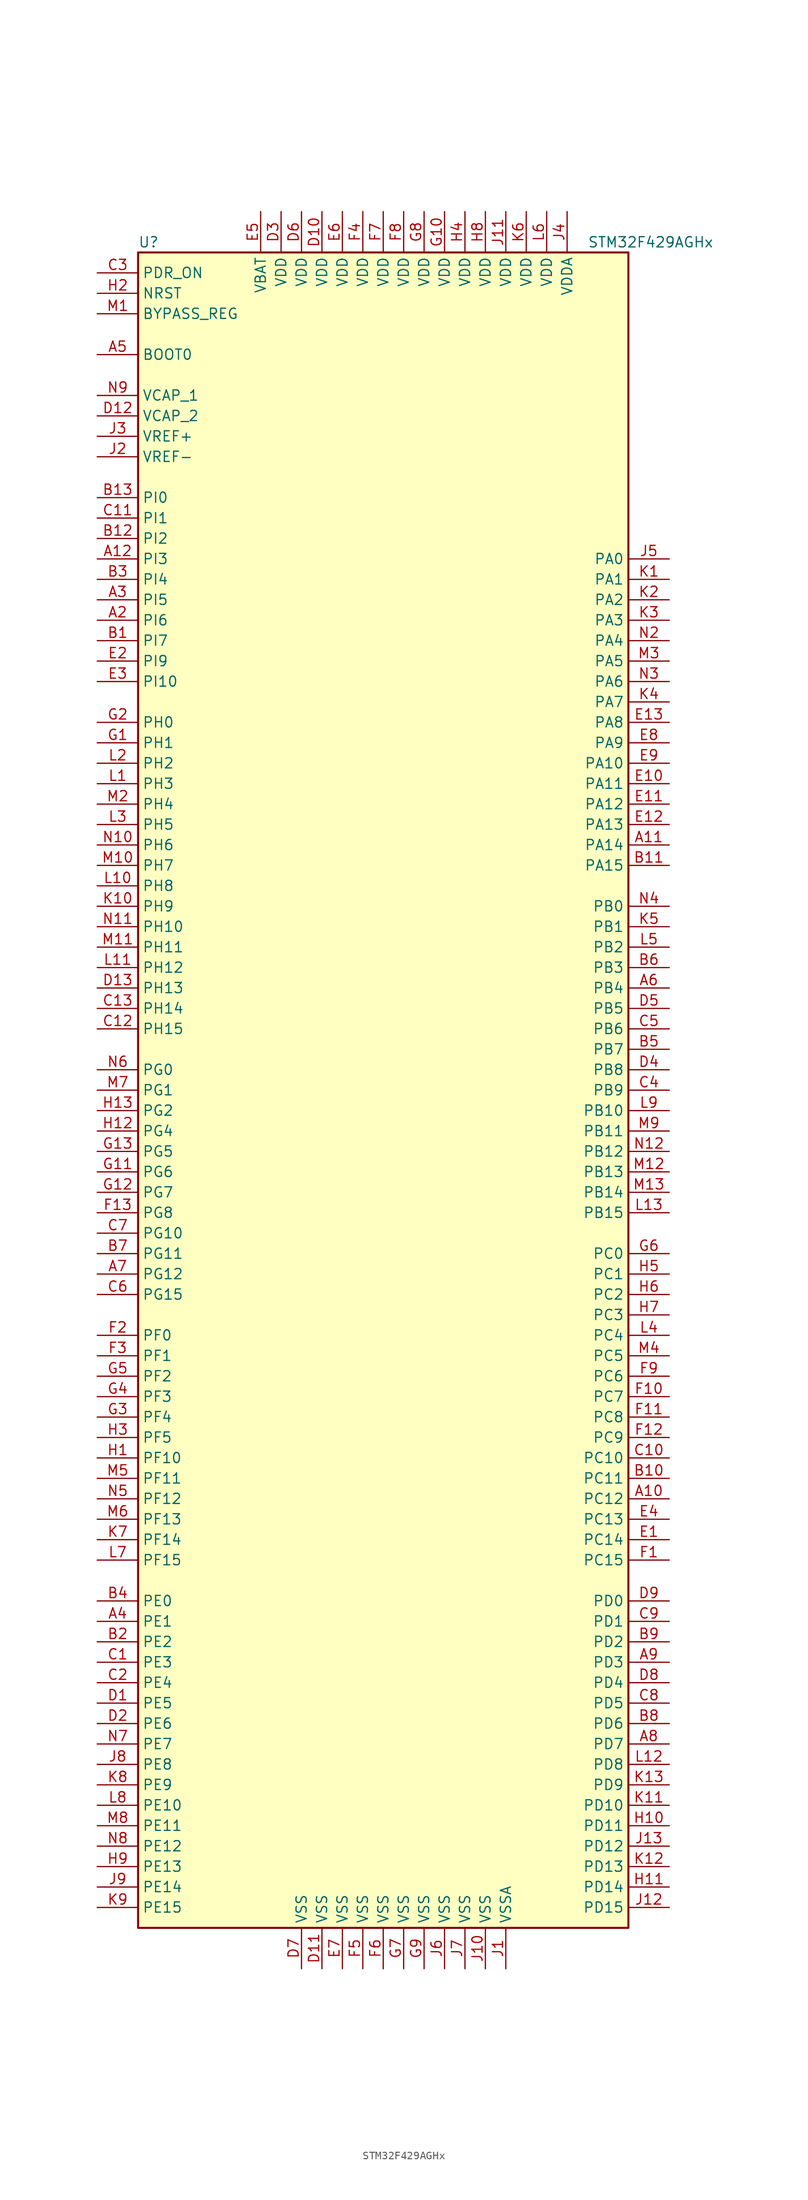
<source format=kicad_sym>
(kicad_symbol_lib
  (version 20201005)
  (generator kicad_symbol_editor)
  (symbol "STM32F429AGHx"
    (property "Reference" "U"
      (at -30.48 105.41 0)
      (effects (font (size 1.27 1.27)) (justify left)))
    (property "Value" "STM32F429AGHx"
      (at 25.4 105.41 0)
      (effects (font (size 1.27 1.27)) (justify left)))
    (symbol "STM32F429AGHx_0_1"
      (rectangle (start -30.48 -104.14) (end 30.48 104.14) (stroke (width 0.254)) (fill (type background))))
    (symbol "STM32F429AGHx_1_1"
      (pin no_connect line (at -30.48 -101.6 0) (length 5.08) hide (name "NC" (effects (font (size 1.27 1.27)))) (number "A1" (effects (font (size 1.27 1.27)))))
      (pin bidirectional line (at 35.56 -50.8 180) (length 5.08) (name "PC12" (effects (font (size 1.27 1.27)))) (number "A10" (effects (font (size 1.27 1.27)))))
      (pin bidirectional line (at 35.56 30.48 180) (length 5.08) (name "PA14" (effects (font (size 1.27 1.27)))) (number "A11" (effects (font (size 1.27 1.27)))))
      (pin bidirectional line (at -35.56 66.04 0) (length 5.08) (name "PI3" (effects (font (size 1.27 1.27)))) (number "A12" (effects (font (size 1.27 1.27)))))
      (pin no_connect line (at -30.48 -99.06 0) (length 5.08) hide (name "NC" (effects (font (size 1.27 1.27)))) (number "A13" (effects (font (size 1.27 1.27)))))
      (pin bidirectional line (at -35.56 58.42 0) (length 5.08) (name "PI6" (effects (font (size 1.27 1.27)))) (number "A2" (effects (font (size 1.27 1.27)))))
      (pin bidirectional line (at -35.56 60.96 0) (length 5.08) (name "PI5" (effects (font (size 1.27 1.27)))) (number "A3" (effects (font (size 1.27 1.27)))))
      (pin bidirectional line (at -35.56 -66.04 0) (length 5.08) (name "PE1" (effects (font (size 1.27 1.27)))) (number "A4" (effects (font (size 1.27 1.27)))))
      (pin input line (at -35.56 91.44 0) (length 5.08) (name "BOOT0" (effects (font (size 1.27 1.27)))) (number "A5" (effects (font (size 1.27 1.27)))))
      (pin bidirectional line (at 35.56 12.7 180) (length 5.08) (name "PB4" (effects (font (size 1.27 1.27)))) (number "A6" (effects (font (size 1.27 1.27)))))
      (pin bidirectional line (at -35.56 -22.86 0) (length 5.08) (name "PG12" (effects (font (size 1.27 1.27)))) (number "A7" (effects (font (size 1.27 1.27)))))
      (pin bidirectional line (at 35.56 -81.28 180) (length 5.08) (name "PD7" (effects (font (size 1.27 1.27)))) (number "A8" (effects (font (size 1.27 1.27)))))
      (pin bidirectional line (at 35.56 -71.12 180) (length 5.08) (name "PD3" (effects (font (size 1.27 1.27)))) (number "A9" (effects (font (size 1.27 1.27)))))
      (pin bidirectional line (at -35.56 55.88 0) (length 5.08) (name "PI7" (effects (font (size 1.27 1.27)))) (number "B1" (effects (font (size 1.27 1.27)))))
      (pin bidirectional line (at 35.56 -48.26 180) (length 5.08) (name "PC11" (effects (font (size 1.27 1.27)))) (number "B10" (effects (font (size 1.27 1.27)))))
      (pin bidirectional line (at 35.56 27.94 180) (length 5.08) (name "PA15" (effects (font (size 1.27 1.27)))) (number "B11" (effects (font (size 1.27 1.27)))))
      (pin bidirectional line (at -35.56 68.58 0) (length 5.08) (name "PI2" (effects (font (size 1.27 1.27)))) (number "B12" (effects (font (size 1.27 1.27)))))
      (pin bidirectional line (at -35.56 73.66 0) (length 5.08) (name "PI0" (effects (font (size 1.27 1.27)))) (number "B13" (effects (font (size 1.27 1.27)))))
      (pin bidirectional line (at -35.56 -68.58 0) (length 5.08) (name "PE2" (effects (font (size 1.27 1.27)))) (number "B2" (effects (font (size 1.27 1.27)))))
      (pin bidirectional line (at -35.56 63.5 0) (length 5.08) (name "PI4" (effects (font (size 1.27 1.27)))) (number "B3" (effects (font (size 1.27 1.27)))))
      (pin bidirectional line (at -35.56 -63.5 0) (length 5.08) (name "PE0" (effects (font (size 1.27 1.27)))) (number "B4" (effects (font (size 1.27 1.27)))))
      (pin bidirectional line (at 35.56 5.08 180) (length 5.08) (name "PB7" (effects (font (size 1.27 1.27)))) (number "B5" (effects (font (size 1.27 1.27)))))
      (pin bidirectional line (at 35.56 15.24 180) (length 5.08) (name "PB3" (effects (font (size 1.27 1.27)))) (number "B6" (effects (font (size 1.27 1.27)))))
      (pin bidirectional line (at -35.56 -20.32 0) (length 5.08) (name "PG11" (effects (font (size 1.27 1.27)))) (number "B7" (effects (font (size 1.27 1.27)))))
      (pin bidirectional line (at 35.56 -78.74 180) (length 5.08) (name "PD6" (effects (font (size 1.27 1.27)))) (number "B8" (effects (font (size 1.27 1.27)))))
      (pin bidirectional line (at 35.56 -68.58 180) (length 5.08) (name "PD2" (effects (font (size 1.27 1.27)))) (number "B9" (effects (font (size 1.27 1.27)))))
      (pin bidirectional line (at -35.56 -71.12 0) (length 5.08) (name "PE3" (effects (font (size 1.27 1.27)))) (number "C1" (effects (font (size 1.27 1.27)))))
      (pin bidirectional line (at 35.56 -45.72 180) (length 5.08) (name "PC10" (effects (font (size 1.27 1.27)))) (number "C10" (effects (font (size 1.27 1.27)))))
      (pin bidirectional line (at -35.56 71.12 0) (length 5.08) (name "PI1" (effects (font (size 1.27 1.27)))) (number "C11" (effects (font (size 1.27 1.27)))))
      (pin bidirectional line (at -35.56 7.62 0) (length 5.08) (name "PH15" (effects (font (size 1.27 1.27)))) (number "C12" (effects (font (size 1.27 1.27)))))
      (pin bidirectional line (at -35.56 10.16 0) (length 5.08) (name "PH14" (effects (font (size 1.27 1.27)))) (number "C13" (effects (font (size 1.27 1.27)))))
      (pin bidirectional line (at -35.56 -73.66 0) (length 5.08) (name "PE4" (effects (font (size 1.27 1.27)))) (number "C2" (effects (font (size 1.27 1.27)))))
      (pin input line (at -35.56 101.6 0) (length 5.08) (name "PDR_ON" (effects (font (size 1.27 1.27)))) (number "C3" (effects (font (size 1.27 1.27)))))
      (pin bidirectional line (at 35.56 0 180) (length 5.08) (name "PB9" (effects (font (size 1.27 1.27)))) (number "C4" (effects (font (size 1.27 1.27)))))
      (pin bidirectional line (at 35.56 7.62 180) (length 5.08) (name "PB6" (effects (font (size 1.27 1.27)))) (number "C5" (effects (font (size 1.27 1.27)))))
      (pin bidirectional line (at -35.56 -25.4 0) (length 5.08) (name "PG15" (effects (font (size 1.27 1.27)))) (number "C6" (effects (font (size 1.27 1.27)))))
      (pin bidirectional line (at -35.56 -17.78 0) (length 5.08) (name "PG10" (effects (font (size 1.27 1.27)))) (number "C7" (effects (font (size 1.27 1.27)))))
      (pin bidirectional line (at 35.56 -76.2 180) (length 5.08) (name "PD5" (effects (font (size 1.27 1.27)))) (number "C8" (effects (font (size 1.27 1.27)))))
      (pin bidirectional line (at 35.56 -66.04 180) (length 5.08) (name "PD1" (effects (font (size 1.27 1.27)))) (number "C9" (effects (font (size 1.27 1.27)))))
      (pin bidirectional line (at -35.56 -76.2 0) (length 5.08) (name "PE5" (effects (font (size 1.27 1.27)))) (number "D1" (effects (font (size 1.27 1.27)))))
      (pin power_in line (at -7.62 109.22 270) (length 5.08) (name "VDD" (effects (font (size 1.27 1.27)))) (number "D10" (effects (font (size 1.27 1.27)))))
      (pin power_in line (at -7.62 -109.22 90) (length 5.08) (name "VSS" (effects (font (size 1.27 1.27)))) (number "D11" (effects (font (size 1.27 1.27)))))
      (pin power_in line (at -35.56 83.82 0) (length 5.08) (name "VCAP_2" (effects (font (size 1.27 1.27)))) (number "D12" (effects (font (size 1.27 1.27)))))
      (pin bidirectional line (at -35.56 12.7 0) (length 5.08) (name "PH13" (effects (font (size 1.27 1.27)))) (number "D13" (effects (font (size 1.27 1.27)))))
      (pin bidirectional line (at -35.56 -78.74 0) (length 5.08) (name "PE6" (effects (font (size 1.27 1.27)))) (number "D2" (effects (font (size 1.27 1.27)))))
      (pin power_in line (at -12.7 109.22 270) (length 5.08) (name "VDD" (effects (font (size 1.27 1.27)))) (number "D3" (effects (font (size 1.27 1.27)))))
      (pin bidirectional line (at 35.56 2.54 180) (length 5.08) (name "PB8" (effects (font (size 1.27 1.27)))) (number "D4" (effects (font (size 1.27 1.27)))))
      (pin bidirectional line (at 35.56 10.16 180) (length 5.08) (name "PB5" (effects (font (size 1.27 1.27)))) (number "D5" (effects (font (size 1.27 1.27)))))
      (pin power_in line (at -10.16 109.22 270) (length 5.08) (name "VDD" (effects (font (size 1.27 1.27)))) (number "D6" (effects (font (size 1.27 1.27)))))
      (pin power_in line (at -10.16 -109.22 90) (length 5.08) (name "VSS" (effects (font (size 1.27 1.27)))) (number "D7" (effects (font (size 1.27 1.27)))))
      (pin bidirectional line (at 35.56 -73.66 180) (length 5.08) (name "PD4" (effects (font (size 1.27 1.27)))) (number "D8" (effects (font (size 1.27 1.27)))))
      (pin bidirectional line (at 35.56 -63.5 180) (length 5.08) (name "PD0" (effects (font (size 1.27 1.27)))) (number "D9" (effects (font (size 1.27 1.27)))))
      (pin bidirectional line (at 35.56 -55.88 180) (length 5.08) (name "PC14" (effects (font (size 1.27 1.27)))) (number "E1" (effects (font (size 1.27 1.27)))))
      (pin bidirectional line (at 35.56 38.1 180) (length 5.08) (name "PA11" (effects (font (size 1.27 1.27)))) (number "E10" (effects (font (size 1.27 1.27)))))
      (pin bidirectional line (at 35.56 35.56 180) (length 5.08) (name "PA12" (effects (font (size 1.27 1.27)))) (number "E11" (effects (font (size 1.27 1.27)))))
      (pin bidirectional line (at 35.56 33.02 180) (length 5.08) (name "PA13" (effects (font (size 1.27 1.27)))) (number "E12" (effects (font (size 1.27 1.27)))))
      (pin bidirectional line (at 35.56 45.72 180) (length 5.08) (name "PA8" (effects (font (size 1.27 1.27)))) (number "E13" (effects (font (size 1.27 1.27)))))
      (pin bidirectional line (at -35.56 53.34 0) (length 5.08) (name "PI9" (effects (font (size 1.27 1.27)))) (number "E2" (effects (font (size 1.27 1.27)))))
      (pin bidirectional line (at -35.56 50.8 0) (length 5.08) (name "PI10" (effects (font (size 1.27 1.27)))) (number "E3" (effects (font (size 1.27 1.27)))))
      (pin bidirectional line (at 35.56 -53.34 180) (length 5.08) (name "PC13" (effects (font (size 1.27 1.27)))) (number "E4" (effects (font (size 1.27 1.27)))))
      (pin power_in line (at -15.24 109.22 270) (length 5.08) (name "VBAT" (effects (font (size 1.27 1.27)))) (number "E5" (effects (font (size 1.27 1.27)))))
      (pin power_in line (at -5.08 109.22 270) (length 5.08) (name "VDD" (effects (font (size 1.27 1.27)))) (number "E6" (effects (font (size 1.27 1.27)))))
      (pin power_in line (at -5.08 -109.22 90) (length 5.08) (name "VSS" (effects (font (size 1.27 1.27)))) (number "E7" (effects (font (size 1.27 1.27)))))
      (pin bidirectional line (at 35.56 43.18 180) (length 5.08) (name "PA9" (effects (font (size 1.27 1.27)))) (number "E8" (effects (font (size 1.27 1.27)))))
      (pin bidirectional line (at 35.56 40.64 180) (length 5.08) (name "PA10" (effects (font (size 1.27 1.27)))) (number "E9" (effects (font (size 1.27 1.27)))))
      (pin bidirectional line (at 35.56 -58.42 180) (length 5.08) (name "PC15" (effects (font (size 1.27 1.27)))) (number "F1" (effects (font (size 1.27 1.27)))))
      (pin bidirectional line (at 35.56 -38.1 180) (length 5.08) (name "PC7" (effects (font (size 1.27 1.27)))) (number "F10" (effects (font (size 1.27 1.27)))))
      (pin bidirectional line (at 35.56 -40.64 180) (length 5.08) (name "PC8" (effects (font (size 1.27 1.27)))) (number "F11" (effects (font (size 1.27 1.27)))))
      (pin bidirectional line (at 35.56 -43.18 180) (length 5.08) (name "PC9" (effects (font (size 1.27 1.27)))) (number "F12" (effects (font (size 1.27 1.27)))))
      (pin bidirectional line (at -35.56 -15.24 0) (length 5.08) (name "PG8" (effects (font (size 1.27 1.27)))) (number "F13" (effects (font (size 1.27 1.27)))))
      (pin bidirectional line (at -35.56 -30.48 0) (length 5.08) (name "PF0" (effects (font (size 1.27 1.27)))) (number "F2" (effects (font (size 1.27 1.27)))))
      (pin bidirectional line (at -35.56 -33.02 0) (length 5.08) (name "PF1" (effects (font (size 1.27 1.27)))) (number "F3" (effects (font (size 1.27 1.27)))))
      (pin power_in line (at -2.54 109.22 270) (length 5.08) (name "VDD" (effects (font (size 1.27 1.27)))) (number "F4" (effects (font (size 1.27 1.27)))))
      (pin power_in line (at -2.54 -109.22 90) (length 5.08) (name "VSS" (effects (font (size 1.27 1.27)))) (number "F5" (effects (font (size 1.27 1.27)))))
      (pin power_in line (at 0 -109.22 90) (length 5.08) (name "VSS" (effects (font (size 1.27 1.27)))) (number "F6" (effects (font (size 1.27 1.27)))))
      (pin power_in line (at 0 109.22 270) (length 5.08) (name "VDD" (effects (font (size 1.27 1.27)))) (number "F7" (effects (font (size 1.27 1.27)))))
      (pin power_in line (at 2.54 109.22 270) (length 5.08) (name "VDD" (effects (font (size 1.27 1.27)))) (number "F8" (effects (font (size 1.27 1.27)))))
      (pin bidirectional line (at 35.56 -35.56 180) (length 5.08) (name "PC6" (effects (font (size 1.27 1.27)))) (number "F9" (effects (font (size 1.27 1.27)))))
      (pin input line (at -35.56 43.18 0) (length 5.08) (name "PH1" (effects (font (size 1.27 1.27)))) (number "G1" (effects (font (size 1.27 1.27)))))
      (pin power_in line (at 7.62 109.22 270) (length 5.08) (name "VDD" (effects (font (size 1.27 1.27)))) (number "G10" (effects (font (size 1.27 1.27)))))
      (pin bidirectional line (at -35.56 -10.16 0) (length 5.08) (name "PG6" (effects (font (size 1.27 1.27)))) (number "G11" (effects (font (size 1.27 1.27)))))
      (pin bidirectional line (at -35.56 -12.7 0) (length 5.08) (name "PG7" (effects (font (size 1.27 1.27)))) (number "G12" (effects (font (size 1.27 1.27)))))
      (pin bidirectional line (at -35.56 -7.62 0) (length 5.08) (name "PG5" (effects (font (size 1.27 1.27)))) (number "G13" (effects (font (size 1.27 1.27)))))
      (pin input line (at -35.56 45.72 0) (length 5.08) (name "PH0" (effects (font (size 1.27 1.27)))) (number "G2" (effects (font (size 1.27 1.27)))))
      (pin bidirectional line (at -35.56 -40.64 0) (length 5.08) (name "PF4" (effects (font (size 1.27 1.27)))) (number "G3" (effects (font (size 1.27 1.27)))))
      (pin bidirectional line (at -35.56 -38.1 0) (length 5.08) (name "PF3" (effects (font (size 1.27 1.27)))) (number "G4" (effects (font (size 1.27 1.27)))))
      (pin bidirectional line (at -35.56 -35.56 0) (length 5.08) (name "PF2" (effects (font (size 1.27 1.27)))) (number "G5" (effects (font (size 1.27 1.27)))))
      (pin bidirectional line (at 35.56 -20.32 180) (length 5.08) (name "PC0" (effects (font (size 1.27 1.27)))) (number "G6" (effects (font (size 1.27 1.27)))))
      (pin power_in line (at 2.54 -109.22 90) (length 5.08) (name "VSS" (effects (font (size 1.27 1.27)))) (number "G7" (effects (font (size 1.27 1.27)))))
      (pin power_in line (at 5.08 109.22 270) (length 5.08) (name "VDD" (effects (font (size 1.27 1.27)))) (number "G8" (effects (font (size 1.27 1.27)))))
      (pin power_in line (at 5.08 -109.22 90) (length 5.08) (name "VSS" (effects (font (size 1.27 1.27)))) (number "G9" (effects (font (size 1.27 1.27)))))
      (pin bidirectional line (at -35.56 -45.72 0) (length 5.08) (name "PF10" (effects (font (size 1.27 1.27)))) (number "H1" (effects (font (size 1.27 1.27)))))
      (pin bidirectional line (at 35.56 -91.44 180) (length 5.08) (name "PD11" (effects (font (size 1.27 1.27)))) (number "H10" (effects (font (size 1.27 1.27)))))
      (pin bidirectional line (at 35.56 -99.06 180) (length 5.08) (name "PD14" (effects (font (size 1.27 1.27)))) (number "H11" (effects (font (size 1.27 1.27)))))
      (pin bidirectional line (at -35.56 -5.08 0) (length 5.08) (name "PG4" (effects (font (size 1.27 1.27)))) (number "H12" (effects (font (size 1.27 1.27)))))
      (pin bidirectional line (at -35.56 -2.54 0) (length 5.08) (name "PG2" (effects (font (size 1.27 1.27)))) (number "H13" (effects (font (size 1.27 1.27)))))
      (pin input line (at -35.56 99.06 0) (length 5.08) (name "NRST" (effects (font (size 1.27 1.27)))) (number "H2" (effects (font (size 1.27 1.27)))))
      (pin bidirectional line (at -35.56 -43.18 0) (length 5.08) (name "PF5" (effects (font (size 1.27 1.27)))) (number "H3" (effects (font (size 1.27 1.27)))))
      (pin power_in line (at 10.16 109.22 270) (length 5.08) (name "VDD" (effects (font (size 1.27 1.27)))) (number "H4" (effects (font (size 1.27 1.27)))))
      (pin bidirectional line (at 35.56 -22.86 180) (length 5.08) (name "PC1" (effects (font (size 1.27 1.27)))) (number "H5" (effects (font (size 1.27 1.27)))))
      (pin bidirectional line (at 35.56 -25.4 180) (length 5.08) (name "PC2" (effects (font (size 1.27 1.27)))) (number "H6" (effects (font (size 1.27 1.27)))))
      (pin bidirectional line (at 35.56 -27.94 180) (length 5.08) (name "PC3" (effects (font (size 1.27 1.27)))) (number "H7" (effects (font (size 1.27 1.27)))))
      (pin power_in line (at 12.7 109.22 270) (length 5.08) (name "VDD" (effects (font (size 1.27 1.27)))) (number "H8" (effects (font (size 1.27 1.27)))))
      (pin bidirectional line (at -35.56 -96.52 0) (length 5.08) (name "PE13" (effects (font (size 1.27 1.27)))) (number "H9" (effects (font (size 1.27 1.27)))))
      (pin power_in line (at 15.24 -109.22 90) (length 5.08) (name "VSSA" (effects (font (size 1.27 1.27)))) (number "J1" (effects (font (size 1.27 1.27)))))
      (pin power_in line (at 12.7 -109.22 90) (length 5.08) (name "VSS" (effects (font (size 1.27 1.27)))) (number "J10" (effects (font (size 1.27 1.27)))))
      (pin power_in line (at 15.24 109.22 270) (length 5.08) (name "VDD" (effects (font (size 1.27 1.27)))) (number "J11" (effects (font (size 1.27 1.27)))))
      (pin bidirectional line (at 35.56 -101.6 180) (length 5.08) (name "PD15" (effects (font (size 1.27 1.27)))) (number "J12" (effects (font (size 1.27 1.27)))))
      (pin bidirectional line (at 35.56 -93.98 180) (length 5.08) (name "PD12" (effects (font (size 1.27 1.27)))) (number "J13" (effects (font (size 1.27 1.27)))))
      (pin power_in line (at -35.56 78.74 0) (length 5.08) (name "VREF-" (effects (font (size 1.27 1.27)))) (number "J2" (effects (font (size 1.27 1.27)))))
      (pin power_in line (at -35.56 81.28 0) (length 5.08) (name "VREF+" (effects (font (size 1.27 1.27)))) (number "J3" (effects (font (size 1.27 1.27)))))
      (pin power_in line (at 22.86 109.22 270) (length 5.08) (name "VDDA" (effects (font (size 1.27 1.27)))) (number "J4" (effects (font (size 1.27 1.27)))))
      (pin bidirectional line (at 35.56 66.04 180) (length 5.08) (name "PA0" (effects (font (size 1.27 1.27)))) (number "J5" (effects (font (size 1.27 1.27)))))
      (pin power_in line (at 7.62 -109.22 90) (length 5.08) (name "VSS" (effects (font (size 1.27 1.27)))) (number "J6" (effects (font (size 1.27 1.27)))))
      (pin power_in line (at 10.16 -109.22 90) (length 5.08) (name "VSS" (effects (font (size 1.27 1.27)))) (number "J7" (effects (font (size 1.27 1.27)))))
      (pin bidirectional line (at -35.56 -83.82 0) (length 5.08) (name "PE8" (effects (font (size 1.27 1.27)))) (number "J8" (effects (font (size 1.27 1.27)))))
      (pin bidirectional line (at -35.56 -99.06 0) (length 5.08) (name "PE14" (effects (font (size 1.27 1.27)))) (number "J9" (effects (font (size 1.27 1.27)))))
      (pin bidirectional line (at 35.56 63.5 180) (length 5.08) (name "PA1" (effects (font (size 1.27 1.27)))) (number "K1" (effects (font (size 1.27 1.27)))))
      (pin bidirectional line (at -35.56 22.86 0) (length 5.08) (name "PH9" (effects (font (size 1.27 1.27)))) (number "K10" (effects (font (size 1.27 1.27)))))
      (pin bidirectional line (at 35.56 -88.9 180) (length 5.08) (name "PD10" (effects (font (size 1.27 1.27)))) (number "K11" (effects (font (size 1.27 1.27)))))
      (pin bidirectional line (at 35.56 -96.52 180) (length 5.08) (name "PD13" (effects (font (size 1.27 1.27)))) (number "K12" (effects (font (size 1.27 1.27)))))
      (pin bidirectional line (at 35.56 -86.36 180) (length 5.08) (name "PD9" (effects (font (size 1.27 1.27)))) (number "K13" (effects (font (size 1.27 1.27)))))
      (pin bidirectional line (at 35.56 60.96 180) (length 5.08) (name "PA2" (effects (font (size 1.27 1.27)))) (number "K2" (effects (font (size 1.27 1.27)))))
      (pin bidirectional line (at 35.56 58.42 180) (length 5.08) (name "PA3" (effects (font (size 1.27 1.27)))) (number "K3" (effects (font (size 1.27 1.27)))))
      (pin bidirectional line (at 35.56 48.26 180) (length 5.08) (name "PA7" (effects (font (size 1.27 1.27)))) (number "K4" (effects (font (size 1.27 1.27)))))
      (pin bidirectional line (at 35.56 20.32 180) (length 5.08) (name "PB1" (effects (font (size 1.27 1.27)))) (number "K5" (effects (font (size 1.27 1.27)))))
      (pin power_in line (at 17.78 109.22 270) (length 5.08) (name "VDD" (effects (font (size 1.27 1.27)))) (number "K6" (effects (font (size 1.27 1.27)))))
      (pin bidirectional line (at -35.56 -55.88 0) (length 5.08) (name "PF14" (effects (font (size 1.27 1.27)))) (number "K7" (effects (font (size 1.27 1.27)))))
      (pin bidirectional line (at -35.56 -86.36 0) (length 5.08) (name "PE9" (effects (font (size 1.27 1.27)))) (number "K8" (effects (font (size 1.27 1.27)))))
      (pin bidirectional line (at -35.56 -101.6 0) (length 5.08) (name "PE15" (effects (font (size 1.27 1.27)))) (number "K9" (effects (font (size 1.27 1.27)))))
      (pin bidirectional line (at -35.56 38.1 0) (length 5.08) (name "PH3" (effects (font (size 1.27 1.27)))) (number "L1" (effects (font (size 1.27 1.27)))))
      (pin bidirectional line (at -35.56 25.4 0) (length 5.08) (name "PH8" (effects (font (size 1.27 1.27)))) (number "L10" (effects (font (size 1.27 1.27)))))
      (pin bidirectional line (at -35.56 15.24 0) (length 5.08) (name "PH12" (effects (font (size 1.27 1.27)))) (number "L11" (effects (font (size 1.27 1.27)))))
      (pin bidirectional line (at 35.56 -83.82 180) (length 5.08) (name "PD8" (effects (font (size 1.27 1.27)))) (number "L12" (effects (font (size 1.27 1.27)))))
      (pin bidirectional line (at 35.56 -15.24 180) (length 5.08) (name "PB15" (effects (font (size 1.27 1.27)))) (number "L13" (effects (font (size 1.27 1.27)))))
      (pin bidirectional line (at -35.56 40.64 0) (length 5.08) (name "PH2" (effects (font (size 1.27 1.27)))) (number "L2" (effects (font (size 1.27 1.27)))))
      (pin bidirectional line (at -35.56 33.02 0) (length 5.08) (name "PH5" (effects (font (size 1.27 1.27)))) (number "L3" (effects (font (size 1.27 1.27)))))
      (pin bidirectional line (at 35.56 -30.48 180) (length 5.08) (name "PC4" (effects (font (size 1.27 1.27)))) (number "L4" (effects (font (size 1.27 1.27)))))
      (pin bidirectional line (at 35.56 17.78 180) (length 5.08) (name "PB2" (effects (font (size 1.27 1.27)))) (number "L5" (effects (font (size 1.27 1.27)))))
      (pin power_in line (at 20.32 109.22 270) (length 5.08) (name "VDD" (effects (font (size 1.27 1.27)))) (number "L6" (effects (font (size 1.27 1.27)))))
      (pin bidirectional line (at -35.56 -58.42 0) (length 5.08) (name "PF15" (effects (font (size 1.27 1.27)))) (number "L7" (effects (font (size 1.27 1.27)))))
      (pin bidirectional line (at -35.56 -88.9 0) (length 5.08) (name "PE10" (effects (font (size 1.27 1.27)))) (number "L8" (effects (font (size 1.27 1.27)))))
      (pin bidirectional line (at 35.56 -2.54 180) (length 5.08) (name "PB10" (effects (font (size 1.27 1.27)))) (number "L9" (effects (font (size 1.27 1.27)))))
      (pin input line (at -35.56 96.52 0) (length 5.08) (name "BYPASS_REG" (effects (font (size 1.27 1.27)))) (number "M1" (effects (font (size 1.27 1.27)))))
      (pin bidirectional line (at -35.56 27.94 0) (length 5.08) (name "PH7" (effects (font (size 1.27 1.27)))) (number "M10" (effects (font (size 1.27 1.27)))))
      (pin bidirectional line (at -35.56 17.78 0) (length 5.08) (name "PH11" (effects (font (size 1.27 1.27)))) (number "M11" (effects (font (size 1.27 1.27)))))
      (pin bidirectional line (at 35.56 -10.16 180) (length 5.08) (name "PB13" (effects (font (size 1.27 1.27)))) (number "M12" (effects (font (size 1.27 1.27)))))
      (pin bidirectional line (at 35.56 -12.7 180) (length 5.08) (name "PB14" (effects (font (size 1.27 1.27)))) (number "M13" (effects (font (size 1.27 1.27)))))
      (pin bidirectional line (at -35.56 35.56 0) (length 5.08) (name "PH4" (effects (font (size 1.27 1.27)))) (number "M2" (effects (font (size 1.27 1.27)))))
      (pin bidirectional line (at 35.56 53.34 180) (length 5.08) (name "PA5" (effects (font (size 1.27 1.27)))) (number "M3" (effects (font (size 1.27 1.27)))))
      (pin bidirectional line (at 35.56 -33.02 180) (length 5.08) (name "PC5" (effects (font (size 1.27 1.27)))) (number "M4" (effects (font (size 1.27 1.27)))))
      (pin bidirectional line (at -35.56 -48.26 0) (length 5.08) (name "PF11" (effects (font (size 1.27 1.27)))) (number "M5" (effects (font (size 1.27 1.27)))))
      (pin bidirectional line (at -35.56 -53.34 0) (length 5.08) (name "PF13" (effects (font (size 1.27 1.27)))) (number "M6" (effects (font (size 1.27 1.27)))))
      (pin bidirectional line (at -35.56 0 0) (length 5.08) (name "PG1" (effects (font (size 1.27 1.27)))) (number "M7" (effects (font (size 1.27 1.27)))))
      (pin bidirectional line (at -35.56 -91.44 0) (length 5.08) (name "PE11" (effects (font (size 1.27 1.27)))) (number "M8" (effects (font (size 1.27 1.27)))))
      (pin bidirectional line (at 35.56 -5.08 180) (length 5.08) (name "PB11" (effects (font (size 1.27 1.27)))) (number "M9" (effects (font (size 1.27 1.27)))))
      (pin no_connect line (at -30.48 -96.52 0) (length 5.08) hide (name "NC" (effects (font (size 1.27 1.27)))) (number "N1" (effects (font (size 1.27 1.27)))))
      (pin bidirectional line (at -35.56 30.48 0) (length 5.08) (name "PH6" (effects (font (size 1.27 1.27)))) (number "N10" (effects (font (size 1.27 1.27)))))
      (pin bidirectional line (at -35.56 20.32 0) (length 5.08) (name "PH10" (effects (font (size 1.27 1.27)))) (number "N11" (effects (font (size 1.27 1.27)))))
      (pin bidirectional line (at 35.56 -7.62 180) (length 5.08) (name "PB12" (effects (font (size 1.27 1.27)))) (number "N12" (effects (font (size 1.27 1.27)))))
      (pin no_connect line (at -30.48 -93.98 0) (length 5.08) hide (name "NC" (effects (font (size 1.27 1.27)))) (number "N13" (effects (font (size 1.27 1.27)))))
      (pin bidirectional line (at 35.56 55.88 180) (length 5.08) (name "PA4" (effects (font (size 1.27 1.27)))) (number "N2" (effects (font (size 1.27 1.27)))))
      (pin bidirectional line (at 35.56 50.8 180) (length 5.08) (name "PA6" (effects (font (size 1.27 1.27)))) (number "N3" (effects (font (size 1.27 1.27)))))
      (pin bidirectional line (at 35.56 22.86 180) (length 5.08) (name "PB0" (effects (font (size 1.27 1.27)))) (number "N4" (effects (font (size 1.27 1.27)))))
      (pin bidirectional line (at -35.56 -50.8 0) (length 5.08) (name "PF12" (effects (font (size 1.27 1.27)))) (number "N5" (effects (font (size 1.27 1.27)))))
      (pin bidirectional line (at -35.56 2.54 0) (length 5.08) (name "PG0" (effects (font (size 1.27 1.27)))) (number "N6" (effects (font (size 1.27 1.27)))))
      (pin bidirectional line (at -35.56 -81.28 0) (length 5.08) (name "PE7" (effects (font (size 1.27 1.27)))) (number "N7" (effects (font (size 1.27 1.27)))))
      (pin bidirectional line (at -35.56 -93.98 0) (length 5.08) (name "PE12" (effects (font (size 1.27 1.27)))) (number "N8" (effects (font (size 1.27 1.27)))))
      (pin power_in line (at -35.56 86.36 0) (length 5.08) (name "VCAP_1" (effects (font (size 1.27 1.27)))) (number "N9" (effects (font (size 1.27 1.27))))))))
</source>
